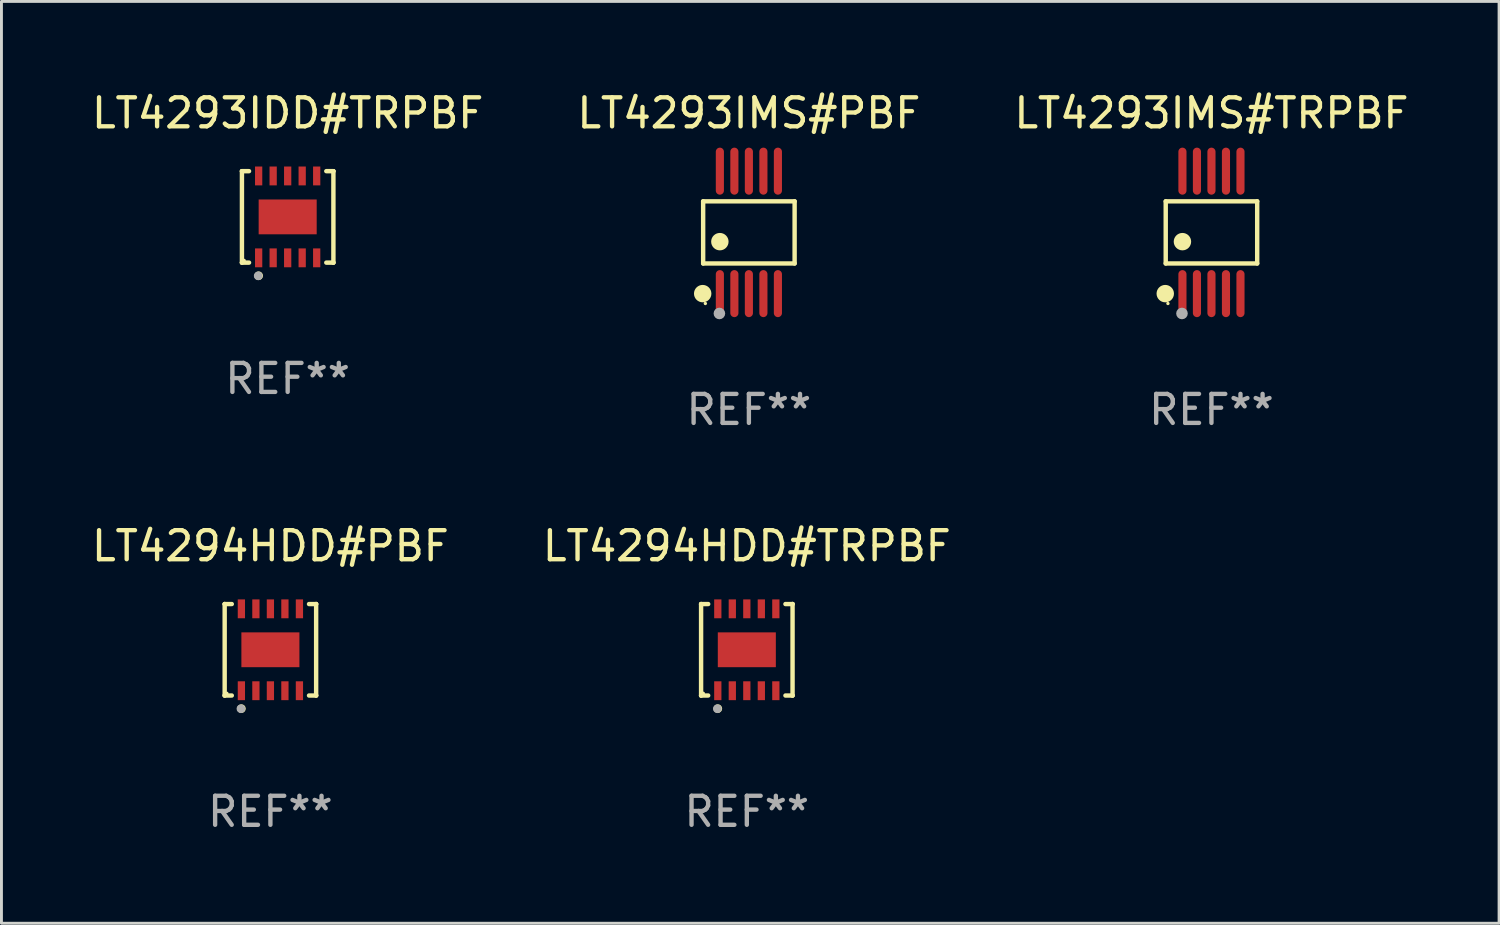
<source format=kicad_pcb>
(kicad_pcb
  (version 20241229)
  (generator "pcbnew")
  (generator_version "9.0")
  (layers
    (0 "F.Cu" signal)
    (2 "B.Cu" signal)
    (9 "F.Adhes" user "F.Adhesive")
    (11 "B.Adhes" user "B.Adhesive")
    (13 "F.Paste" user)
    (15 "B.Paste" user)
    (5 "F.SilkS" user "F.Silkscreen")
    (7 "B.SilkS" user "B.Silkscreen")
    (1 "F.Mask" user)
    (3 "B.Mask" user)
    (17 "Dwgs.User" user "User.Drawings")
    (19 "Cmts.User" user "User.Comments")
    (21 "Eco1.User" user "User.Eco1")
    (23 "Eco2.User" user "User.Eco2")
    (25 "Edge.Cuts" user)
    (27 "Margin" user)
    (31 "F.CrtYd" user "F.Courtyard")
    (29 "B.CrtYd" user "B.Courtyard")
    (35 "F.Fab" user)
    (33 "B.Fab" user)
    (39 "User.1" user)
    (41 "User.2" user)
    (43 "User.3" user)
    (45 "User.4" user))
  (footprint "LT4293IMS#PBF"
    (layer "F.Cu")
    (at 22.756 4.958)
    (property "Reference" "LT4293IMS#PBF" (at 0 -4.11 0) (layer "F.SilkS") (effects (font (size 1 1) (thickness 0.15))))
    (attr through_hole)
    (fp_line (start -1.576 -1.071) (end 1.576 -1.071) (stroke (width 0.152) (type solid)) (layer "F.SilkS"))
    (fp_line (start -1.576 1.071) (end -1.576 -1.071) (stroke (width 0.152) (type solid)) (layer "F.SilkS"))
    (fp_line (start 1.576 -1.071) (end 1.576 1.071) (stroke (width 0.152) (type solid)) (layer "F.SilkS"))
    (fp_line (start 1.576 1.071) (end -1.576 1.071) (stroke (width 0.152) (type solid)) (layer "F.SilkS"))
    (fp_circle (center -1.592 2.11) (end -1.442 2.11) (stroke (width 0.3) (type solid)) (fill no) (layer "F.SilkS"))
    (fp_circle (center -1.5 2.45) (end -1.47 2.45) (stroke (width 0.06) (type solid)) (fill no) (layer "F.SilkS"))
    (fp_circle (center -1 0.319) (end -0.85 0.319) (stroke (width 0.3) (type solid)) (fill no) (layer "F.SilkS"))
    (fp_circle (center -1.016 2.794) (end -0.916 2.794) (stroke (width 0.2) (type solid)) (fill no) (layer "F.Fab"))
    (fp_text user "REF**" (at 0 6.11 0) (layer "F.Fab") (effects (font (size 1 1) (thickness 0.15))))
    (pad "1" smd oval (at -1 2.11) (size 0.28 1.62) (layers "F.Cu" "F.Mask" "F.Paste"))
    (pad "2" smd oval (at -0.5 2.11) (size 0.28 1.62) (layers "F.Cu" "F.Mask" "F.Paste"))
    (pad "3" smd oval (at 0 2.11) (size 0.28 1.62) (layers "F.Cu" "F.Mask" "F.Paste"))
    (pad "4" smd oval (at 0.5 2.11) (size 0.28 1.62) (layers "F.Cu" "F.Mask" "F.Paste"))
    (pad "5" smd oval (at 1 2.11) (size 0.28 1.62) (layers "F.Cu" "F.Mask" "F.Paste"))
    (pad "6" smd oval (at 1 -2.11) (size 0.28 1.62) (layers "F.Cu" "F.Mask" "F.Paste"))
    (pad "7" smd oval (at 0.5 -2.11) (size 0.28 1.62) (layers "F.Cu" "F.Mask" "F.Paste"))
    (pad "8" smd oval (at 0 -2.11) (size 0.28 1.62) (layers "F.Cu" "F.Mask" "F.Paste"))
    (pad "9" smd oval (at -0.5 -2.11) (size 0.28 1.62) (layers "F.Cu" "F.Mask" "F.Paste"))
    (pad "10" smd oval (at -1 -2.11) (size 0.28 1.62) (layers "F.Cu" "F.Mask" "F.Paste")))
  (footprint "LT4294HDD#TRPBF"
    (layer "F.Cu")
    (at 22.685 19.341)
    (property "Reference" "LT4294HDD#TRPBF" (at 0 -3.576 0) (layer "F.SilkS") (effects (font (size 1 1) (thickness 0.15))))
    (attr through_hole)
    (fp_line (start -1.576 -1.576) (end -1.576 -1.576) (stroke (width 0.152) (type solid)) (layer "F.SilkS"))
    (fp_line (start -1.576 -1.576) (end -1.331 -1.576) (stroke (width 0.152) (type solid)) (layer "F.SilkS"))
    (fp_line (start -1.576 1.576) (end -1.576 -1.576) (stroke (width 0.152) (type solid)) (layer "F.SilkS"))
    (fp_line (start -1.576 1.576) (end -1.576 1.576) (stroke (width 0.152) (type solid)) (layer "F.SilkS"))
    (fp_line (start -1.331 1.576) (end -1.576 1.576) (stroke (width 0.152) (type solid)) (layer "F.SilkS"))
    (fp_line (start 1.331 1.576) (end 1.576 1.576) (stroke (width 0.152) (type solid)) (layer "F.SilkS"))
    (fp_line (start 1.576 -1.576) (end 1.331 -1.576) (stroke (width 0.152) (type solid)) (layer "F.SilkS"))
    (fp_line (start 1.576 -1.576) (end 1.576 -1.576) (stroke (width 0.152) (type solid)) (layer "F.SilkS"))
    (fp_line (start 1.576 1.576) (end 1.576 -1.576) (stroke (width 0.152) (type solid)) (layer "F.SilkS"))
    (fp_line (start 1.576 1.576) (end 1.576 1.576) (stroke (width 0.152) (type solid)) (layer "F.SilkS"))
    (fp_circle (center -1.5 1.5) (end -1.47 1.5) (stroke (width 0.06) (type solid)) (fill no) (layer "F.SilkS"))
    (fp_circle (center -1 2.028) (end -0.925 2.028) (stroke (width 0.15) (type solid)) (fill no) (layer "F.SilkS"))
    (fp_circle (center -1.016 2.032) (end -0.941 2.032) (stroke (width 0.15) (type solid)) (fill no) (layer "F.Fab"))
    (fp_text user "REF**" (at 0 5.576 0) (layer "F.Fab") (effects (font (size 1 1) (thickness 0.15))))
    (pad "1" smd rect (at -1 1.411) (size 0.25 0.65) (layers "F.Cu" "F.Mask" "F.Paste"))
    (pad "2" smd rect (at -0.5 1.411) (size 0.25 0.65) (layers "F.Cu" "F.Mask" "F.Paste"))
    (pad "3" smd rect (at 0 1.411) (size 0.25 0.65) (layers "F.Cu" "F.Mask" "F.Paste"))
    (pad "4" smd rect (at 0.5 1.411) (size 0.25 0.65) (layers "F.Cu" "F.Mask" "F.Paste"))
    (pad "5" smd rect (at 1 1.411) (size 0.25 0.65) (layers "F.Cu" "F.Mask" "F.Paste"))
    (pad "6" smd rect (at 1 -1.411) (size 0.25 0.65) (layers "F.Cu" "F.Mask" "F.Paste"))
    (pad "7" smd rect (at 0.5 -1.411) (size 0.25 0.65) (layers "F.Cu" "F.Mask" "F.Paste"))
    (pad "8" smd rect (at 0 -1.411) (size 0.25 0.65) (layers "F.Cu" "F.Mask" "F.Paste"))
    (pad "9" smd rect (at -0.5 -1.411) (size 0.25 0.65) (layers "F.Cu" "F.Mask" "F.Paste"))
    (pad "10" smd rect (at -1 -1.411) (size 0.25 0.65) (layers "F.Cu" "F.Mask" "F.Paste"))
    (pad "11" smd rect (at 0 0) (size 2 1.2) (layers "F.Cu" "F.Mask" "F.Paste")))
  (footprint "LT4293IMS#TRPBF"
    (layer "F.Cu")
    (at 38.696 4.958)
    (property "Reference" "LT4293IMS#TRPBF" (at 0 -4.11 0) (layer "F.SilkS") (effects (font (size 1 1) (thickness 0.15))))
    (attr through_hole)
    (fp_line (start -1.576 -1.071) (end 1.576 -1.071) (stroke (width 0.152) (type solid)) (layer "F.SilkS"))
    (fp_line (start -1.576 1.071) (end -1.576 -1.071) (stroke (width 0.152) (type solid)) (layer "F.SilkS"))
    (fp_line (start 1.576 -1.071) (end 1.576 1.071) (stroke (width 0.152) (type solid)) (layer "F.SilkS"))
    (fp_line (start 1.576 1.071) (end -1.576 1.071) (stroke (width 0.152) (type solid)) (layer "F.SilkS"))
    (fp_circle (center -1.592 2.11) (end -1.442 2.11) (stroke (width 0.3) (type solid)) (fill no) (layer "F.SilkS"))
    (fp_circle (center -1.5 2.45) (end -1.47 2.45) (stroke (width 0.06) (type solid)) (fill no) (layer "F.SilkS"))
    (fp_circle (center -1 0.319) (end -0.85 0.319) (stroke (width 0.3) (type solid)) (fill no) (layer "F.SilkS"))
    (fp_circle (center -1.016 2.794) (end -0.916 2.794) (stroke (width 0.2) (type solid)) (fill no) (layer "F.Fab"))
    (fp_text user "REF**" (at 0 6.11 0) (layer "F.Fab") (effects (font (size 1 1) (thickness 0.15))))
    (pad "1" smd oval (at -1 2.11) (size 0.28 1.62) (layers "F.Cu" "F.Mask" "F.Paste"))
    (pad "2" smd oval (at -0.5 2.11) (size 0.28 1.62) (layers "F.Cu" "F.Mask" "F.Paste"))
    (pad "3" smd oval (at 0 2.11) (size 0.28 1.62) (layers "F.Cu" "F.Mask" "F.Paste"))
    (pad "4" smd oval (at 0.5 2.11) (size 0.28 1.62) (layers "F.Cu" "F.Mask" "F.Paste"))
    (pad "5" smd oval (at 1 2.11) (size 0.28 1.62) (layers "F.Cu" "F.Mask" "F.Paste"))
    (pad "6" smd oval (at 1 -2.11) (size 0.28 1.62) (layers "F.Cu" "F.Mask" "F.Paste"))
    (pad "7" smd oval (at 0.5 -2.11) (size 0.28 1.62) (layers "F.Cu" "F.Mask" "F.Paste"))
    (pad "8" smd oval (at 0 -2.11) (size 0.28 1.62) (layers "F.Cu" "F.Mask" "F.Paste"))
    (pad "9" smd oval (at -0.5 -2.11) (size 0.28 1.62) (layers "F.Cu" "F.Mask" "F.Paste"))
    (pad "10" smd oval (at -1 -2.11) (size 0.28 1.62) (layers "F.Cu" "F.Mask" "F.Paste")))
  (footprint "LT4294HDD#PBF"
    (layer "F.Cu")
    (at 6.268 19.341)
    (property "Reference" "LT4294HDD#PBF" (at 0 -3.576 0) (layer "F.SilkS") (effects (font (size 1 1) (thickness 0.15))))
    (attr through_hole)
    (fp_line (start -1.576 -1.576) (end -1.576 -1.576) (stroke (width 0.152) (type solid)) (layer "F.SilkS"))
    (fp_line (start -1.576 -1.576) (end -1.331 -1.576) (stroke (width 0.152) (type solid)) (layer "F.SilkS"))
    (fp_line (start -1.576 1.576) (end -1.576 -1.576) (stroke (width 0.152) (type solid)) (layer "F.SilkS"))
    (fp_line (start -1.576 1.576) (end -1.576 1.576) (stroke (width 0.152) (type solid)) (layer "F.SilkS"))
    (fp_line (start -1.331 1.576) (end -1.576 1.576) (stroke (width 0.152) (type solid)) (layer "F.SilkS"))
    (fp_line (start 1.331 1.576) (end 1.576 1.576) (stroke (width 0.152) (type solid)) (layer "F.SilkS"))
    (fp_line (start 1.576 -1.576) (end 1.331 -1.576) (stroke (width 0.152) (type solid)) (layer "F.SilkS"))
    (fp_line (start 1.576 -1.576) (end 1.576 -1.576) (stroke (width 0.152) (type solid)) (layer "F.SilkS"))
    (fp_line (start 1.576 1.576) (end 1.576 -1.576) (stroke (width 0.152) (type solid)) (layer "F.SilkS"))
    (fp_line (start 1.576 1.576) (end 1.576 1.576) (stroke (width 0.152) (type solid)) (layer "F.SilkS"))
    (fp_circle (center -1.5 1.5) (end -1.47 1.5) (stroke (width 0.06) (type solid)) (fill no) (layer "F.SilkS"))
    (fp_circle (center -1 2.028) (end -0.925 2.028) (stroke (width 0.15) (type solid)) (fill no) (layer "F.SilkS"))
    (fp_circle (center -1.016 2.032) (end -0.941 2.032) (stroke (width 0.15) (type solid)) (fill no) (layer "F.Fab"))
    (fp_text user "REF**" (at 0 5.576 0) (layer "F.Fab") (effects (font (size 1 1) (thickness 0.15))))
    (pad "1" smd rect (at -1 1.411) (size 0.25 0.65) (layers "F.Cu" "F.Mask" "F.Paste"))
    (pad "2" smd rect (at -0.5 1.411) (size 0.25 0.65) (layers "F.Cu" "F.Mask" "F.Paste"))
    (pad "3" smd rect (at 0 1.411) (size 0.25 0.65) (layers "F.Cu" "F.Mask" "F.Paste"))
    (pad "4" smd rect (at 0.5 1.411) (size 0.25 0.65) (layers "F.Cu" "F.Mask" "F.Paste"))
    (pad "5" smd rect (at 1 1.411) (size 0.25 0.65) (layers "F.Cu" "F.Mask" "F.Paste"))
    (pad "6" smd rect (at 1 -1.411) (size 0.25 0.65) (layers "F.Cu" "F.Mask" "F.Paste"))
    (pad "7" smd rect (at 0.5 -1.411) (size 0.25 0.65) (layers "F.Cu" "F.Mask" "F.Paste"))
    (pad "8" smd rect (at 0 -1.411) (size 0.25 0.65) (layers "F.Cu" "F.Mask" "F.Paste"))
    (pad "9" smd rect (at -0.5 -1.411) (size 0.25 0.65) (layers "F.Cu" "F.Mask" "F.Paste"))
    (pad "10" smd rect (at -1 -1.411) (size 0.25 0.65) (layers "F.Cu" "F.Mask" "F.Paste"))
    (pad "11" smd rect (at 0 0) (size 2 1.2) (layers "F.Cu" "F.Mask" "F.Paste")))
  (footprint "LT4293IDD#TRPBF"
    (layer "F.Cu")
    (at 6.863 4.424)
    (property "Reference" "LT4293IDD#TRPBF" (at 0 -3.576 0) (layer "F.SilkS") (effects (font (size 1 1) (thickness 0.15))))
    (attr through_hole)
    (fp_line (start -1.576 -1.576) (end -1.576 -1.576) (stroke (width 0.152) (type solid)) (layer "F.SilkS"))
    (fp_line (start -1.576 -1.576) (end -1.331 -1.576) (stroke (width 0.152) (type solid)) (layer "F.SilkS"))
    (fp_line (start -1.576 1.576) (end -1.576 -1.576) (stroke (width 0.152) (type solid)) (layer "F.SilkS"))
    (fp_line (start -1.576 1.576) (end -1.576 1.576) (stroke (width 0.152) (type solid)) (layer "F.SilkS"))
    (fp_line (start -1.331 1.576) (end -1.576 1.576) (stroke (width 0.152) (type solid)) (layer "F.SilkS"))
    (fp_line (start 1.331 1.576) (end 1.576 1.576) (stroke (width 0.152) (type solid)) (layer "F.SilkS"))
    (fp_line (start 1.576 -1.576) (end 1.331 -1.576) (stroke (width 0.152) (type solid)) (layer "F.SilkS"))
    (fp_line (start 1.576 -1.576) (end 1.576 -1.576) (stroke (width 0.152) (type solid)) (layer "F.SilkS"))
    (fp_line (start 1.576 1.576) (end 1.576 -1.576) (stroke (width 0.152) (type solid)) (layer "F.SilkS"))
    (fp_line (start 1.576 1.576) (end 1.576 1.576) (stroke (width 0.152) (type solid)) (layer "F.SilkS"))
    (fp_circle (center -1.5 1.5) (end -1.47 1.5) (stroke (width 0.06) (type solid)) (fill no) (layer "F.SilkS"))
    (fp_circle (center -1 2.028) (end -0.925 2.028) (stroke (width 0.15) (type solid)) (fill no) (layer "F.SilkS"))
    (fp_circle (center -1.016 2.032) (end -0.941 2.032) (stroke (width 0.15) (type solid)) (fill no) (layer "F.Fab"))
    (fp_text user "REF**" (at 0 5.576 0) (layer "F.Fab") (effects (font (size 1 1) (thickness 0.15))))
    (pad "1" smd rect (at -1 1.411) (size 0.25 0.65) (layers "F.Cu" "F.Mask" "F.Paste"))
    (pad "2" smd rect (at -0.5 1.411) (size 0.25 0.65) (layers "F.Cu" "F.Mask" "F.Paste"))
    (pad "3" smd rect (at 0 1.411) (size 0.25 0.65) (layers "F.Cu" "F.Mask" "F.Paste"))
    (pad "4" smd rect (at 0.5 1.411) (size 0.25 0.65) (layers "F.Cu" "F.Mask" "F.Paste"))
    (pad "5" smd rect (at 1 1.411) (size 0.25 0.65) (layers "F.Cu" "F.Mask" "F.Paste"))
    (pad "6" smd rect (at 1 -1.411) (size 0.25 0.65) (layers "F.Cu" "F.Mask" "F.Paste"))
    (pad "7" smd rect (at 0.5 -1.411) (size 0.25 0.65) (layers "F.Cu" "F.Mask" "F.Paste"))
    (pad "8" smd rect (at 0 -1.411) (size 0.25 0.65) (layers "F.Cu" "F.Mask" "F.Paste"))
    (pad "9" smd rect (at -0.5 -1.411) (size 0.25 0.65) (layers "F.Cu" "F.Mask" "F.Paste"))
    (pad "10" smd rect (at -1 -1.411) (size 0.25 0.65) (layers "F.Cu" "F.Mask" "F.Paste"))
    (pad "11" smd rect (at 0 0) (size 2 1.2) (layers "F.Cu" "F.Mask" "F.Paste")))
  (gr_rect
    (start -3 -3)
    (end 48.607 28.765)
    (stroke (width 0.1) (type default))
    (fill no)
    (layer "Edge.Cuts")))
</source>
